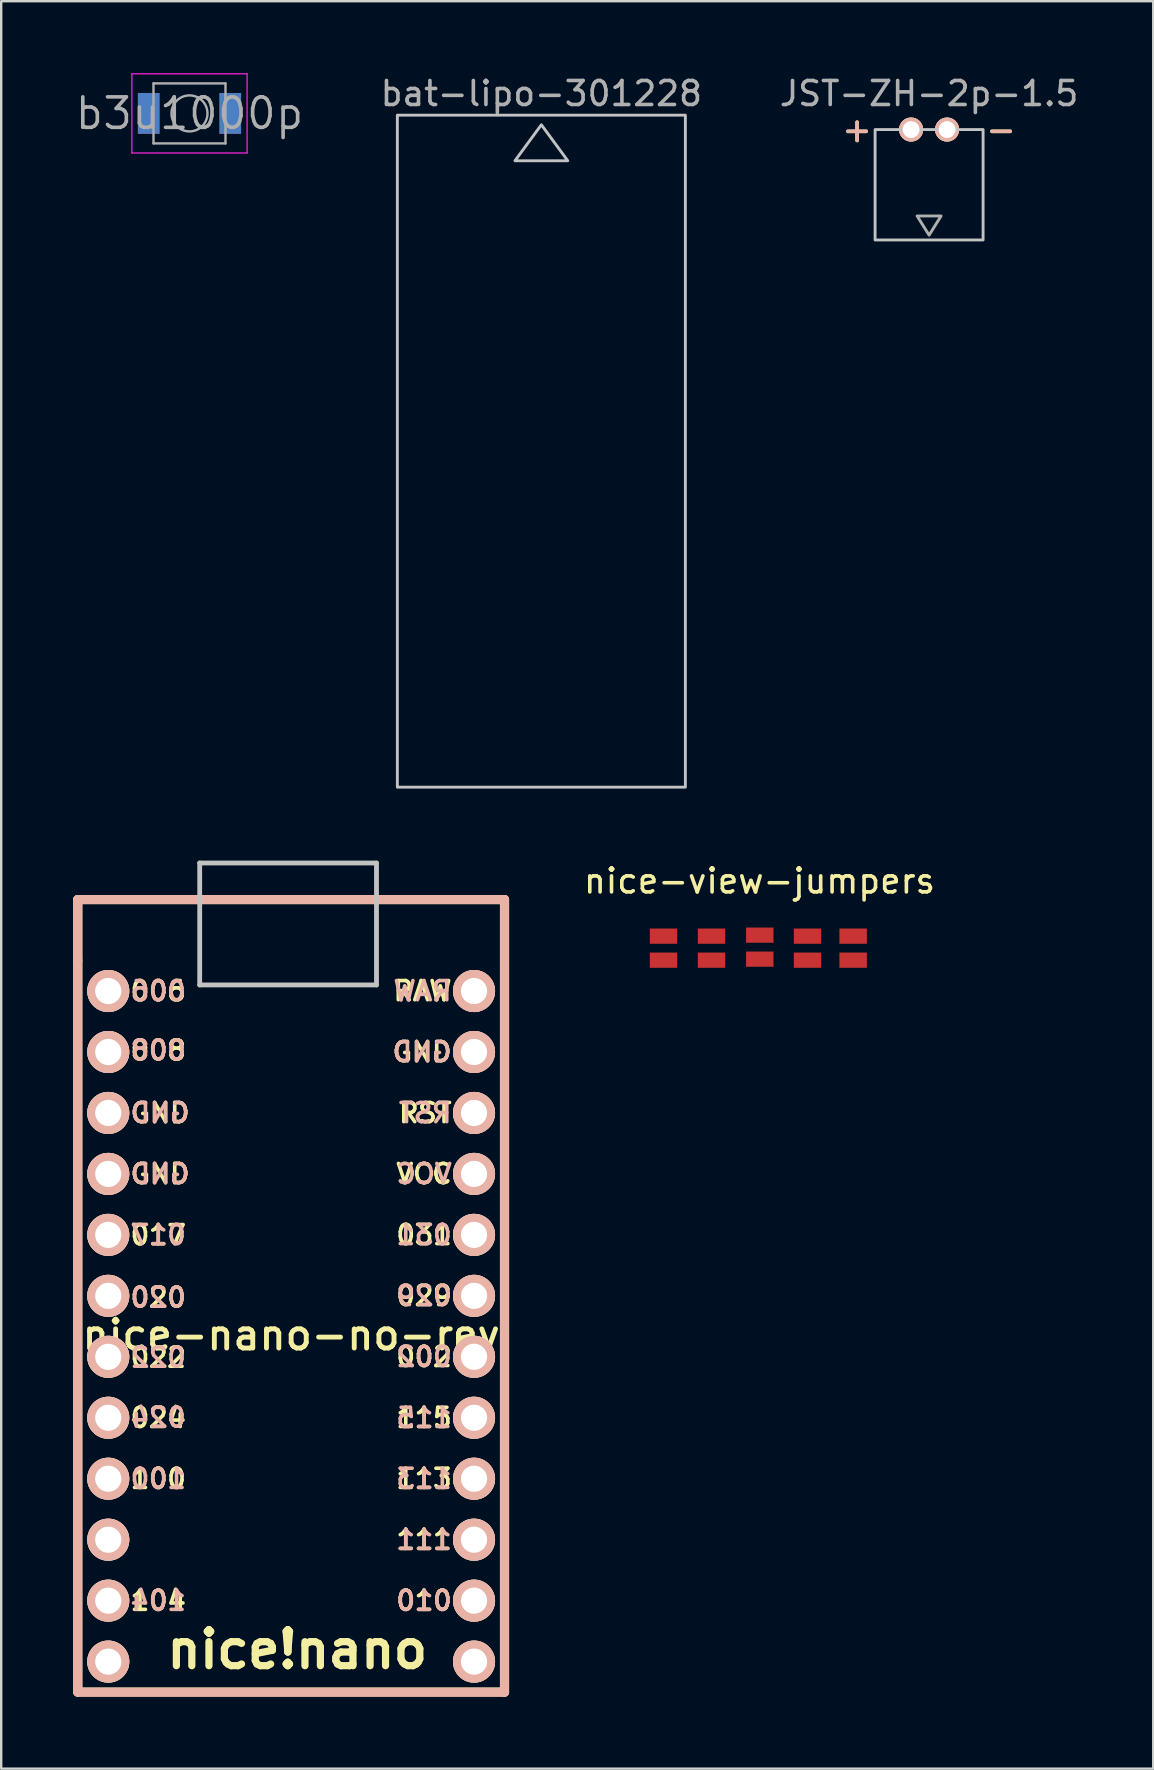
<source format=kicad_pcb>
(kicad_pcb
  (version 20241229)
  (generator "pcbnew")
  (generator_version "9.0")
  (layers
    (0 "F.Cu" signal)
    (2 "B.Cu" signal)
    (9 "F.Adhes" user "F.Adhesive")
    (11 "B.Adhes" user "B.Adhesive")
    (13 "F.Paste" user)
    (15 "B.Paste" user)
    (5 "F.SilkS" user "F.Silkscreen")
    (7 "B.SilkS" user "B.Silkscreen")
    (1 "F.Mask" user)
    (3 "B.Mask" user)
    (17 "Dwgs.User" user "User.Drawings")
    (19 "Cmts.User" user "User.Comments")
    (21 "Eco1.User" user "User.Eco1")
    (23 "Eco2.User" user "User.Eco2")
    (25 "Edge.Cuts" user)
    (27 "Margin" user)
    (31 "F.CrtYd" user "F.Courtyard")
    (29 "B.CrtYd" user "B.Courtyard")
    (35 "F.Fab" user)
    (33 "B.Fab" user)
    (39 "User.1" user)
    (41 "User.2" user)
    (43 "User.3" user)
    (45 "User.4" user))
  (footprint "JST-ZH-2p-1.5"
    (layer "F.Cu")
    (at 35.661 2.348)
    (property "Reference" "JST-ZH-2p-1.5" (at 0 -1.5 0) (unlocked yes) (layer "F.Fab") (effects (font (size 1 1) (thickness 0.15))))
    (attr through_hole)
    (fp_rect (start -2.25 0) (end 2.25 4.6) (stroke (width 0.12) (type solid)) (fill no) (layer "Dwgs.User"))
    (fp_poly (pts (xy 0 4.4) (xy -0.5 3.6) (xy 0.5 3.6)) (stroke (width 0.12) (type solid)) (fill no) (layer "F.Fab"))
    (fp_text user "+" (at -3 0 0) (unlocked yes) (layer "F.SilkS") (effects (font (size 1 1) (thickness 0.15))))
    (fp_text user "-" (at 3 0 0) (unlocked yes) (layer "F.SilkS") (effects (font (size 1 1) (thickness 0.15))))
    (fp_text user "-" (at 3 0 0) (unlocked yes) (layer "B.SilkS") (effects (font (size 1 1) (thickness 0.15))))
    (fp_text user "+" (at -3 0 0) (unlocked yes) (layer "B.SilkS") (effects (font (size 1 1) (thickness 0.15))))
    (pad "1" thru_hole circle (at -0.75 0) (size 1 1) (drill 0.7) (layers "*.Cu" "*.SilkS" "*.Mask"))
    (pad "2" thru_hole circle (at 0.75 0) (size 1 1) (drill 0.7) (layers "*.Cu" "*.SilkS" "*.Mask")))
  (footprint "nice-nano-no-rev"
    (layer "F.Cu")
    (at 9.081 50.948)
    (property "Reference" "nice-nano-no-rev" (at 0 1.625 0) (layer "F.SilkS") (effects (font (size 1.2 1.2) (thickness 0.203))))
    (attr through_hole)
    (fp_line (start -8.89 -16.516) (end -8.89 -13.976) (stroke (width 0.381) (type solid)) (layer "F.SilkS"))
    (fp_line (start -8.89 -13.976) (end -8.89 16.504) (stroke (width 0.381) (type solid)) (layer "F.SilkS"))
    (fp_line (start -8.89 16.504) (end 8.89 16.504) (stroke (width 0.381) (type solid)) (layer "F.SilkS"))
    (fp_line (start 8.89 -16.516) (end -8.89 -16.516) (stroke (width 0.381) (type solid)) (layer "F.SilkS"))
    (fp_line (start 8.89 -13.976) (end 8.89 -16.516) (stroke (width 0.381) (type solid)) (layer "F.SilkS"))
    (fp_line (start 8.89 16.504) (end 8.89 -13.976) (stroke (width 0.381) (type solid)) (layer "F.SilkS"))
    (fp_line (start -8.89 -16.516) (end -8.89 16.504) (stroke (width 0.381) (type solid)) (layer "B.SilkS"))
    (fp_line (start -8.89 16.504) (end 8.89 16.504) (stroke (width 0.381) (type solid)) (layer "B.SilkS"))
    (fp_line (start 8.89 -16.516) (end -8.89 -16.516) (stroke (width 0.381) (type solid)) (layer "B.SilkS"))
    (fp_line (start 8.89 16.504) (end 8.89 -16.516) (stroke (width 0.381) (type solid)) (layer "B.SilkS"))
    (fp_line (start -3.81 -18.04) (end 3.556 -18.04) (stroke (width 0.2) (type solid)) (layer "Dwgs.User"))
    (fp_line (start -3.81 -12.96) (end -3.81 -18.04) (stroke (width 0.2) (type solid)) (layer "Dwgs.User"))
    (fp_line (start 3.556 -18.04) (end 3.556 -12.96) (stroke (width 0.2) (type solid)) (layer "Dwgs.User"))
    (fp_line (start 3.556 -12.96) (end -3.81 -12.96) (stroke (width 0.2) (type solid)) (layer "Dwgs.User"))
    (fp_text user "010" (at 5.537 12.694 0) (layer "F.SilkS") (effects (font (size 0.8 0.8) (thickness 0.15))))
    (fp_text user "017" (at -5.537 -2.536 0) (layer "F.SilkS") (effects (font (size 0.8 0.8) (thickness 0.15))))
    (fp_text user "100" (at -5.537 7.614 0) (layer "F.SilkS") (effects (font (size 0.8 0.8) (thickness 0.15))))
    (fp_text user "GND" (at -5.461 -5.086 0) (layer "F.SilkS") (effects (font (size 0.8 0.8) (thickness 0.15))))
    (fp_text user "111" (at 5.537 10.154 0) (layer "F.SilkS") (effects (font (size 0.8 0.8) (thickness 0.15))))
    (fp_text user "RST" (at 5.588 -7.626 0) (layer "F.SilkS") (effects (font (size 0.8 0.8) (thickness 0.15))))
    (fp_text user "113" (at 5.537 7.614 0) (layer "F.SilkS") (effects (font (size 0.8 0.8) (thickness 0.15))))
    (fp_text user "104" (at -5.537 12.694 0) (layer "F.SilkS") (effects (font (size 0.8 0.8) (thickness 0.15))))
    (fp_text user "006" (at -5.537 -12.706 0) (layer "F.SilkS") (effects (font (size 0.8 0.8) (thickness 0.15))))
    (fp_text user "024" (at -5.537 5.074 0) (layer "F.SilkS") (effects (font (size 0.8 0.8) (thickness 0.15))))
    (fp_text user "VCC" (at 5.537 -5.086 0) (layer "F.SilkS") (effects (font (size 0.8 0.8) (thickness 0.15))))
    (fp_text user "GND" (at -5.461 -7.626 0) (layer "F.SilkS") (effects (font (size 0.8 0.8) (thickness 0.15))))
    (fp_text user "031" (at 5.537 -2.546 0) (layer "F.SilkS") (effects (font (size 0.8 0.8) (thickness 0.15))))
    (fp_text user "008" (at -5.537 -10.236 0) (layer "F.SilkS") (effects (font (size 0.8 0.8) (thickness 0.15))))
    (fp_text user "GND" (at 5.455 -10.166 0) (layer "F.SilkS") (effects (font (size 0.8 0.8) (thickness 0.15))))
    (fp_text user "115" (at 5.537 5.074 0) (layer "F.SilkS") (effects (font (size 0.8 0.8) (thickness 0.15))))
    (fp_text user "RAW" (at 5.474 -12.706 0) (layer "F.SilkS") (effects (font (size 0.8 0.8) (thickness 0.15))))
    (fp_text user "nice!nano" (at 0.254 14.726 0) (layer "F.SilkS") (effects (font (size 1.5 1.5) (thickness 0.3))))
    (fp_text user "002" (at 5.537 2.534 0) (layer "F.SilkS") (effects (font (size 0.8 0.8) (thickness 0.15))))
    (fp_text user "020" (at -5.537 0.064 0) (layer "F.SilkS") (effects (font (size 0.8 0.8) (thickness 0.15))))
    (fp_text user "029" (at 5.537 -0.006 0) (layer "F.SilkS") (effects (font (size 0.8 0.8) (thickness 0.15))))
    (fp_text user "022" (at -5.537 2.564 0) (layer "F.SilkS") (effects (font (size 0.8 0.8) (thickness 0.15))))
    (fp_text user "104" (at -5.537 12.694 0) (layer "B.SilkS") (effects (font (size 0.8 0.8) (thickness 0.15)) (justify mirror)))
    (fp_text user "008" (at -5.537 -10.236 0) (layer "B.SilkS") (effects (font (size 0.8 0.8) (thickness 0.15)) (justify mirror)))
    (fp_text user "031" (at 5.537 -2.546 0) (layer "B.SilkS") (effects (font (size 0.8 0.8) (thickness 0.15)) (justify mirror)))
    (fp_text user "010" (at 5.537 12.694 0) (layer "B.SilkS") (effects (font (size 0.8 0.8) (thickness 0.15)) (justify mirror)))
    (fp_text user "029" (at 5.537 -0.006 0) (layer "B.SilkS") (effects (font (size 0.8 0.8) (thickness 0.15)) (justify mirror)))
    (fp_text user "113" (at 5.537 7.614 0) (layer "B.SilkS") (effects (font (size 0.8 0.8) (thickness 0.15)) (justify mirror)))
    (fp_text user "RST" (at 5.588 -7.626 0) (layer "B.SilkS") (effects (font (size 0.8 0.8) (thickness 0.15)) (justify mirror)))
    (fp_text user "GND" (at 5.455 -10.166 0) (layer "B.SilkS") (effects (font (size 0.8 0.8) (thickness 0.15)) (justify mirror)))
    (fp_text user "020" (at -5.537 0.064 0) (layer "B.SilkS") (effects (font (size 0.8 0.8) (thickness 0.15)) (justify mirror)))
    (fp_text user "002" (at 5.537 2.534 0) (layer "B.SilkS") (effects (font (size 0.8 0.8) (thickness 0.15)) (justify mirror)))
    (fp_text user "022" (at -5.537 2.564 0) (layer "B.SilkS") (effects (font (size 0.8 0.8) (thickness 0.15)) (justify mirror)))
    (fp_text user "006" (at -5.537 -12.706 0) (layer "B.SilkS") (effects (font (size 0.8 0.8) (thickness 0.15)) (justify mirror)))
    (fp_text user "VCC" (at 5.537 -5.086 0) (layer "B.SilkS") (effects (font (size 0.8 0.8) (thickness 0.15)) (justify mirror)))
    (fp_text user "GND" (at -5.461 -5.086 0) (layer "B.SilkS") (effects (font (size 0.8 0.8) (thickness 0.15)) (justify mirror)))
    (fp_text user "GND" (at -5.461 -7.626 0) (layer "B.SilkS") (effects (font (size 0.8 0.8) (thickness 0.15)) (justify mirror)))
    (fp_text user "111" (at 5.537 10.154 0) (layer "B.SilkS") (effects (font (size 0.8 0.8) (thickness 0.15)) (justify mirror)))
    (fp_text user "100" (at -5.537 7.614 0) (layer "B.SilkS") (effects (font (size 0.8 0.8) (thickness 0.15)) (justify mirror)))
    (fp_text user "115" (at 5.537 5.074 0) (layer "B.SilkS") (effects (font (size 0.8 0.8) (thickness 0.15)) (justify mirror)))
    (fp_text user "017" (at -5.537 -2.546 0) (layer "B.SilkS") (effects (font (size 0.8 0.8) (thickness 0.15)) (justify mirror)))
    (fp_text user "024" (at -5.537 5.064 0) (layer "B.SilkS") (effects (font (size 0.8 0.8) (thickness 0.15)) (justify mirror)))
    (fp_text user "RAW" (at 5.474 -12.706 0) (layer "B.SilkS") (effects (font (size 0.8 0.8) (thickness 0.15)) (justify mirror)))
    (pad "1" thru_hole circle (at -7.62 -12.706 270) (size 1.753 1.753) (drill 1.092) (layers "*.Cu" "*.SilkS" "*.Mask"))
    (pad "2" thru_hole circle (at -7.62 -10.166 270) (size 1.753 1.753) (drill 1.092) (layers "*.Cu" "*.SilkS" "*.Mask"))
    (pad "3" thru_hole circle (at -7.62 -7.626 270) (size 1.753 1.753) (drill 1.092) (layers "*.Cu" "*.SilkS" "*.Mask"))
    (pad "4" thru_hole circle (at -7.62 -5.086 270) (size 1.753 1.753) (drill 1.092) (layers "*.Cu" "*.SilkS" "*.Mask"))
    (pad "5" thru_hole circle (at -7.62 -2.546 270) (size 1.753 1.753) (drill 1.092) (layers "*.Cu" "*.SilkS" "*.Mask"))
    (pad "6" thru_hole circle (at -7.62 -0.006 270) (size 1.753 1.753) (drill 1.092) (layers "*.Cu" "*.SilkS" "*.Mask"))
    (pad "7" thru_hole circle (at -7.62 2.534 270) (size 1.753 1.753) (drill 1.092) (layers "*.Cu" "*.SilkS" "*.Mask"))
    (pad "8" thru_hole circle (at -7.62 5.074 270) (size 1.753 1.753) (drill 1.092) (layers "*.Cu" "*.SilkS" "*.Mask"))
    (pad "9" thru_hole circle (at -7.62 7.614 270) (size 1.753 1.753) (drill 1.092) (layers "*.Cu" "*.SilkS" "*.Mask"))
    (pad "10" thru_hole circle (at -7.62 10.154 270) (size 1.753 1.753) (drill 1.092) (layers "*.Cu" "*.SilkS" "*.Mask"))
    (pad "11" thru_hole circle (at -7.62 12.694 270) (size 1.753 1.753) (drill 1.092) (layers "*.Cu" "*.SilkS" "*.Mask"))
    (pad "12" thru_hole circle (at -7.62 15.234 270) (size 1.753 1.753) (drill 1.092) (layers "*.Cu" "*.SilkS" "*.Mask"))
    (pad "13" thru_hole circle (at 7.62 15.234 270) (size 1.753 1.753) (drill 1.092) (layers "*.Cu" "*.SilkS" "*.Mask"))
    (pad "14" thru_hole circle (at 7.62 12.694 270) (size 1.753 1.753) (drill 1.092) (layers "*.Cu" "*.SilkS" "*.Mask"))
    (pad "15" thru_hole circle (at 7.62 10.154 270) (size 1.753 1.753) (drill 1.092) (layers "*.Cu" "*.SilkS" "*.Mask"))
    (pad "16" thru_hole circle (at 7.62 7.614 270) (size 1.753 1.753) (drill 1.092) (layers "*.Cu" "*.SilkS" "*.Mask"))
    (pad "17" thru_hole circle (at 7.62 5.074 270) (size 1.753 1.753) (drill 1.092) (layers "*.Cu" "*.SilkS" "*.Mask"))
    (pad "18" thru_hole circle (at 7.62 2.534 270) (size 1.753 1.753) (drill 1.092) (layers "*.Cu" "*.SilkS" "*.Mask"))
    (pad "19" thru_hole circle (at 7.62 -0.006 270) (size 1.753 1.753) (drill 1.092) (layers "*.Cu" "*.SilkS" "*.Mask"))
    (pad "20" thru_hole circle (at 7.62 -2.546 270) (size 1.753 1.753) (drill 1.092) (layers "*.Cu" "*.SilkS" "*.Mask"))
    (pad "21" thru_hole circle (at 7.62 -5.086 270) (size 1.753 1.753) (drill 1.092) (layers "*.Cu" "*.SilkS" "*.Mask"))
    (pad "22" thru_hole circle (at 7.62 -7.626 270) (size 1.753 1.753) (drill 1.092) (layers "*.Cu" "*.SilkS" "*.Mask"))
    (pad "23" thru_hole circle (at 7.62 -10.166 270) (size 1.753 1.753) (drill 1.092) (layers "*.Cu" "*.SilkS" "*.Mask"))
    (pad "24" thru_hole circle (at 7.62 -12.706 270) (size 1.753 1.753) (drill 1.092) (layers "*.Cu" "*.SilkS" "*.Mask")))
  (footprint "nice-view-jumpers"
    (layer "F.Cu")
    (at 28.596 36.456)
    (property "Reference" "nice-view-jumpers" (at 0 -2.8 0) (unlocked yes) (layer "F.SilkS") (effects (font (size 1 1) (thickness 0.15))))
    (attr smd)
    (pad "1" smd rect (at -4 -0.501 270) (size 0.635 1.143) (layers "F.Cu" "F.Mask" "F.Paste"))
    (pad "1" smd rect (at -2 -0.501 270) (size 0.635 1.143) (layers "F.Cu" "F.Mask" "F.Paste"))
    (pad "1" smd rect (at 0.011 -0.543 270) (size 0.635 1.143) (layers "F.Cu" "F.Mask" "F.Paste"))
    (pad "1" smd rect (at 2 -0.501 270) (size 0.635 1.143) (layers "F.Cu" "F.Mask" "F.Paste"))
    (pad "1" smd rect (at 3.9 -0.501 270) (size 0.635 1.143) (layers "F.Cu" "F.Mask" "F.Paste"))
    (pad "2" smd rect (at -4 0.5 270) (size 0.635 1.143) (layers "F.Cu" "F.Mask" "F.Paste"))
    (pad "2" smd rect (at -2 0.5 270) (size 0.635 1.143) (layers "F.Cu" "F.Mask" "F.Paste"))
    (pad "2" smd rect (at 0.011 0.457 270) (size 0.635 1.143) (layers "F.Cu" "F.Mask" "F.Paste"))
    (pad "2" smd rect (at 2 0.5 270) (size 0.635 1.143) (layers "F.Cu" "F.Mask" "F.Paste"))
    (pad "2" smd rect (at 3.9 0.5 270) (size 0.635 1.143) (layers "F.Cu" "F.Mask" "F.Paste")))
  (footprint "b3u1000p"
    (layer "F.Cu")
    (at 4.845 1.675)
    (property "Reference" "b3u1000p" (at 0 0 0) (layer "F.Fab") (effects (font (size 1.27 1.27) (thickness 0.15))))
    (attr smd)
    (fp_line (start -2.4 -1.65) (end -2.4 1.65) (stroke (width 0.05) (type solid)) (layer "F.CrtYd"))
    (fp_line (start -2.4 1.65) (end 2.4 1.65) (stroke (width 0.05) (type solid)) (layer "F.CrtYd"))
    (fp_line (start 2.4 -1.65) (end -2.4 -1.65) (stroke (width 0.05) (type solid)) (layer "F.CrtYd"))
    (fp_line (start 2.4 1.65) (end 2.4 -1.65) (stroke (width 0.05) (type solid)) (layer "F.CrtYd"))
    (fp_line (start -1.5 -1.25) (end 1.5 -1.25) (stroke (width 0.1) (type solid)) (layer "F.Fab"))
    (fp_line (start -1.5 1.25) (end -1.5 -1.25) (stroke (width 0.1) (type solid)) (layer "F.Fab"))
    (fp_line (start 1.5 -1.25) (end 1.5 1.25) (stroke (width 0.1) (type solid)) (layer "F.Fab"))
    (fp_line (start 1.5 1.25) (end -1.5 1.25) (stroke (width 0.1) (type solid)) (layer "F.Fab"))
    (fp_circle (center 0 0) (end 0.75 0) (stroke (width 0.1) (type solid)) (fill no) (layer "F.Fab"))
    (pad "1" smd rect (at -1.7 0) (size 0.9 1.7) (layers "B.Cu" "B.Mask" "B.Paste"))
    (pad "1" smd rect (at 1.7 0) (size 0.9 1.7) (layers "F.Cu" "F.Mask" "F.Paste"))
    (pad "2" smd rect (at -1.7 0) (size 0.9 1.7) (layers "F.Cu" "F.Mask" "F.Paste"))
    (pad "2" smd rect (at 1.7 0) (size 0.9 1.7) (layers "B.Cu" "B.Mask" "B.Paste")))
  (footprint "bat-lipo-301228"
    (layer "F.Cu")
    (at 19.506 1.748)
    (property "Reference" "bat-lipo-301228" (at 0 -0.9 0) (unlocked yes) (layer "F.Fab") (effects (font (size 1 1) (thickness 0.15))))
    (fp_rect (start -6 0) (end 6 28) (stroke (width 0.12) (type solid)) (fill no) (layer "Dwgs.User"))
    (fp_poly (pts (xy 1.1 1.9) (xy -1.1 1.9) (xy 0 0.4)) (stroke (width 0.12) (type solid)) (fill no) (layer "Dwgs.User")))
  (gr_rect
    (start -3 -3)
    (end 45 70.643)
    (stroke (width 0.1) (type default))
    (fill no)
    (layer "Edge.Cuts")))
</source>
